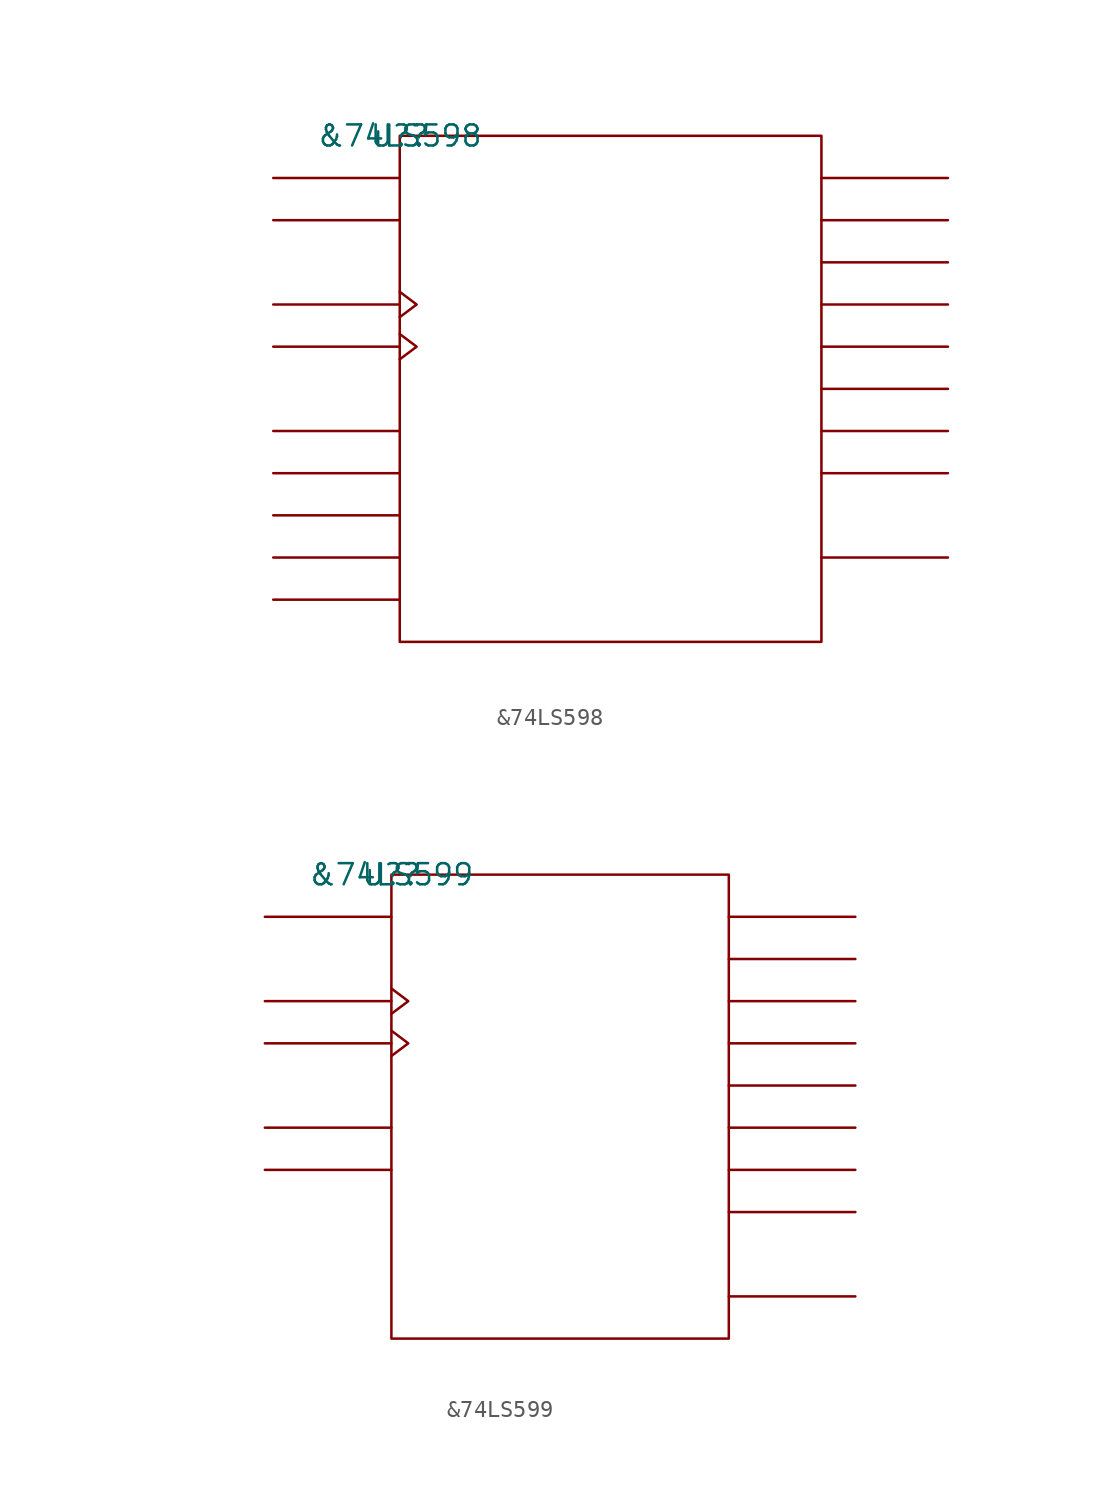
<source format=kicad_sym>
(kicad_symbol_lib
  (version 20211014)
  (generator kicad_symbol_editor)
  (symbol "&74LS598"
    (pin_names
      (offset 0.762))
    (property "Reference" "U?"
      (at 0 0 0)
      (effects (font (size 1.27 1.27))))
    (property "Value" "&74LS598"
      (at 0 0 0)
      (effects (font (size 1.27 1.27))))
    (symbol "&74LS598_0_1"
      (rectangle (start 0 -30.48) (end 25.4 0) (stroke (width 0) (type default) (color 0 0 0 0)) (fill (type none)))
      (polyline (pts (xy 0 -27.94) (xy -7.62 -27.94)) (stroke (width 0) (type default) (color 0 0 0 0)) (fill (type none)))
      (polyline (pts (xy 0 -25.4) (xy -7.62 -25.4)) (stroke (width 0) (type default) (color 0 0 0 0)) (fill (type none)))
      (polyline (pts (xy 0 -22.86) (xy -7.62 -22.86)) (stroke (width 0) (type default) (color 0 0 0 0)) (fill (type none)))
      (polyline (pts (xy 0 -20.32) (xy -7.62 -20.32)) (stroke (width 0) (type default) (color 0 0 0 0)) (fill (type none)))
      (polyline (pts (xy 0 -17.78) (xy -7.62 -17.78)) (stroke (width 0) (type default) (color 0 0 0 0)) (fill (type none)))
      (polyline (pts (xy 0 -12.7) (xy -7.62 -12.7)) (stroke (width 0) (type default) (color 0 0 0 0)) (fill (type none)))
      (polyline (pts (xy 0 -10.16) (xy -7.62 -10.16)) (stroke (width 0) (type default) (color 0 0 0 0)) (fill (type none)))
      (polyline (pts (xy 0 -5.08) (xy -7.62 -5.08)) (stroke (width 0) (type default) (color 0 0 0 0)) (fill (type none)))
      (polyline (pts (xy 0 -2.54) (xy -7.62 -2.54)) (stroke (width 0) (type default) (color 0 0 0 0)) (fill (type none)))
      (polyline (pts (xy 25.4 -25.4) (xy 33.02 -25.4)) (stroke (width 0) (type default) (color 0 0 0 0)) (fill (type none)))
      (polyline (pts (xy 25.4 -20.32) (xy 33.02 -20.32)) (stroke (width 0) (type default) (color 0 0 0 0)) (fill (type none)))
      (polyline (pts (xy 25.4 -17.78) (xy 33.02 -17.78)) (stroke (width 0) (type default) (color 0 0 0 0)) (fill (type none)))
      (polyline (pts (xy 25.4 -15.24) (xy 33.02 -15.24)) (stroke (width 0) (type default) (color 0 0 0 0)) (fill (type none)))
      (polyline (pts (xy 25.4 -12.7) (xy 33.02 -12.7)) (stroke (width 0) (type default) (color 0 0 0 0)) (fill (type none)))
      (polyline (pts (xy 25.4 -10.16) (xy 33.02 -10.16)) (stroke (width 0) (type default) (color 0 0 0 0)) (fill (type none)))
      (polyline (pts (xy 25.4 -7.62) (xy 33.02 -7.62)) (stroke (width 0) (type default) (color 0 0 0 0)) (fill (type none)))
      (polyline (pts (xy 25.4 -5.08) (xy 33.02 -5.08)) (stroke (width 0) (type default) (color 0 0 0 0)) (fill (type none)))
      (polyline (pts (xy 25.4 -2.54) (xy 33.02 -2.54)) (stroke (width 0) (type default) (color 0 0 0 0)) (fill (type none)))
      (polyline (pts (xy 0 -11.938) (xy 1.016 -12.7) (xy 0 -13.462)) (stroke (width 0) (type default) (color 0 0 0 0)) (fill (type none)))
      (polyline (pts (xy 0 -9.398) (xy 1.016 -10.16) (xy 0 -10.922)) (stroke (width 0) (type default) (color 0 0 0 0)) (fill (type none))))
    (symbol "&74LS598_1_1"
      (pin unspecified line (at 33.02 -2.54 180) (length 7.62) hide (name "A/QA" (effects (font (size 1.245 1.245)))) (number "1" (effects (font (size 1.245 1.245)))))
      (pin power_in line (at 15.24 -30.48 180) (length 7.62) hide (name "GND" (effects (font (size 1.245 1.245)))) (number "10" (effects (font (size 1.245 1.245)))))
      (pin unspecified line (at 33.02 -25.4 180) (length 7.62) hide (name "QH'" (effects (font (size 1.245 1.245)))) (number "11" (effects (font (size 1.245 1.245)))))
      (pin unspecified line (at -7.62 -25.4 0) (length 7.62) hide (name "S\\R\\C\\L\\R\\" (effects (font (size 1.245 1.245)))) (number "12" (effects (font (size 1.245 1.245)))))
      (pin unspecified line (at -7.62 -12.7 180) (length 7.62) hide (name "SRCLK" (effects (font (size 1.245 1.245)))) (number "13" (effects (font (size 1.245 1.245)))))
      (pin unspecified line (at -7.62 -22.86 0) (length 7.62) hide (name "S\\C\\K\\E\\N\\" (effects (font (size 1.245 1.245)))) (number "14" (effects (font (size 1.245 1.245)))))
      (pin unspecified line (at -7.62 -10.16 180) (length 7.62) hide (name "RCLK" (effects (font (size 1.245 1.245)))) (number "15" (effects (font (size 1.245 1.245)))))
      (pin unspecified line (at -7.62 -20.32 0) (length 7.62) hide (name "G\\" (effects (font (size 1.245 1.245)))) (number "16" (effects (font (size 1.245 1.245)))))
      (pin unspecified line (at -7.62 -5.08 0) (length 7.62) hide (name "SER1" (effects (font (size 1.245 1.245)))) (number "17" (effects (font (size 1.245 1.245)))))
      (pin unspecified line (at -7.62 -2.54 0) (length 7.62) hide (name "SER0" (effects (font (size 1.245 1.245)))) (number "18" (effects (font (size 1.245 1.245)))))
      (pin unspecified line (at -7.62 -17.78 0) (length 7.62) hide (name "DS" (effects (font (size 1.245 1.245)))) (number "19" (effects (font (size 1.245 1.245)))))
      (pin unspecified line (at 33.02 -5.08 180) (length 7.62) hide (name "B/QB" (effects (font (size 1.245 1.245)))) (number "2" (effects (font (size 1.245 1.245)))))
      (pin power_in line (at 10.16 0 180) (length 7.62) hide (name "VCC" (effects (font (size 1.245 1.245)))) (number "20" (effects (font (size 1.245 1.245)))))
      (pin unspecified line (at 33.02 -7.62 180) (length 7.62) hide (name "C/QC" (effects (font (size 1.245 1.245)))) (number "3" (effects (font (size 1.245 1.245)))))
      (pin unspecified line (at 33.02 -10.16 180) (length 7.62) hide (name "D/QD" (effects (font (size 1.245 1.245)))) (number "4" (effects (font (size 1.245 1.245)))))
      (pin unspecified line (at 33.02 -12.7 180) (length 7.62) hide (name "E/QE" (effects (font (size 1.245 1.245)))) (number "5" (effects (font (size 1.245 1.245)))))
      (pin unspecified line (at 33.02 -15.24 180) (length 7.62) hide (name "F/QF" (effects (font (size 1.245 1.245)))) (number "6" (effects (font (size 1.245 1.245)))))
      (pin unspecified line (at 33.02 -17.78 180) (length 7.62) hide (name "G/QG" (effects (font (size 1.245 1.245)))) (number "7" (effects (font (size 1.245 1.245)))))
      (pin unspecified line (at 33.02 -20.32 180) (length 7.62) hide (name "H/QH" (effects (font (size 1.245 1.245)))) (number "8" (effects (font (size 1.245 1.245)))))
      (pin unspecified line (at -7.62 -27.94 0) (length 7.62) hide (name "S\\R\\L\\O\\A\\D\\" (effects (font (size 1.245 1.245)))) (number "9" (effects (font (size 1.245 1.245)))))))
  (symbol "&74LS599"
    (pin_names
      (offset 0.762))
    (property "Reference" "U?"
      (at 0 0 0)
      (effects (font (size 1.27 1.27))))
    (property "Value" "&74LS599"
      (at 0 0 0)
      (effects (font (size 1.27 1.27))))
    (symbol "&74LS599_0_1"
      (rectangle (start 0 -27.94) (end 20.32 0) (stroke (width 0) (type default) (color 0 0 0 0)) (fill (type none)))
      (polyline (pts (xy 0 -17.78) (xy -7.62 -17.78)) (stroke (width 0) (type default) (color 0 0 0 0)) (fill (type none)))
      (polyline (pts (xy 0 -15.24) (xy -7.62 -15.24)) (stroke (width 0) (type default) (color 0 0 0 0)) (fill (type none)))
      (polyline (pts (xy 0 -10.16) (xy -7.62 -10.16)) (stroke (width 0) (type default) (color 0 0 0 0)) (fill (type none)))
      (polyline (pts (xy 0 -7.62) (xy -7.62 -7.62)) (stroke (width 0) (type default) (color 0 0 0 0)) (fill (type none)))
      (polyline (pts (xy 0 -2.54) (xy -7.62 -2.54)) (stroke (width 0) (type default) (color 0 0 0 0)) (fill (type none)))
      (polyline (pts (xy 20.32 -25.4) (xy 27.94 -25.4)) (stroke (width 0) (type default) (color 0 0 0 0)) (fill (type none)))
      (polyline (pts (xy 20.32 -20.32) (xy 27.94 -20.32)) (stroke (width 0) (type default) (color 0 0 0 0)) (fill (type none)))
      (polyline (pts (xy 20.32 -17.78) (xy 27.94 -17.78)) (stroke (width 0) (type default) (color 0 0 0 0)) (fill (type none)))
      (polyline (pts (xy 20.32 -15.24) (xy 27.94 -15.24)) (stroke (width 0) (type default) (color 0 0 0 0)) (fill (type none)))
      (polyline (pts (xy 20.32 -12.7) (xy 27.94 -12.7)) (stroke (width 0) (type default) (color 0 0 0 0)) (fill (type none)))
      (polyline (pts (xy 20.32 -10.16) (xy 27.94 -10.16)) (stroke (width 0) (type default) (color 0 0 0 0)) (fill (type none)))
      (polyline (pts (xy 20.32 -7.62) (xy 27.94 -7.62)) (stroke (width 0) (type default) (color 0 0 0 0)) (fill (type none)))
      (polyline (pts (xy 20.32 -5.08) (xy 27.94 -5.08)) (stroke (width 0) (type default) (color 0 0 0 0)) (fill (type none)))
      (polyline (pts (xy 20.32 -2.54) (xy 27.94 -2.54)) (stroke (width 0) (type default) (color 0 0 0 0)) (fill (type none)))
      (polyline (pts (xy 0 -9.398) (xy 1.016 -10.16) (xy 0 -10.922)) (stroke (width 0) (type default) (color 0 0 0 0)) (fill (type none)))
      (polyline (pts (xy 0 -6.858) (xy 1.016 -7.62) (xy 0 -8.382)) (stroke (width 0) (type default) (color 0 0 0 0)) (fill (type none))))
    (symbol "&74LS599_1_1"
      (pin unspecified line (at 27.94 -5.08 180) (length 7.62) hide (name "QB" (effects (font (size 1.245 1.245)))) (number "1" (effects (font (size 1.245 1.245)))))
      (pin unspecified line (at -7.62 -17.78 0) (length 7.62) hide (name "S\\R\\C\\L\\R\\" (effects (font (size 1.245 1.245)))) (number "10" (effects (font (size 1.245 1.245)))))
      (pin unspecified line (at -7.62 -10.16 180) (length 7.62) hide (name "SRCLK" (effects (font (size 1.245 1.245)))) (number "11" (effects (font (size 1.245 1.245)))))
      (pin unspecified line (at -7.62 -7.62 180) (length 7.62) hide (name "RCLK" (effects (font (size 1.245 1.245)))) (number "12" (effects (font (size 1.245 1.245)))))
      (pin unspecified line (at -7.62 -15.24 0) (length 7.62) hide (name "R\\C\\L\\R\\" (effects (font (size 1.245 1.245)))) (number "13" (effects (font (size 1.245 1.245)))))
      (pin unspecified line (at -7.62 -2.54 0) (length 7.62) hide (name "SER" (effects (font (size 1.245 1.245)))) (number "14" (effects (font (size 1.245 1.245)))))
      (pin unspecified line (at 27.94 -2.54 180) (length 7.62) hide (name "QA" (effects (font (size 1.245 1.245)))) (number "15" (effects (font (size 1.245 1.245)))))
      (pin power_in line (at 10.16 0 180) (length 7.62) hide (name "VCC" (effects (font (size 1.245 1.245)))) (number "16" (effects (font (size 1.245 1.245)))))
      (pin unspecified line (at 27.94 -7.62 180) (length 7.62) hide (name "QC" (effects (font (size 1.245 1.245)))) (number "2" (effects (font (size 1.245 1.245)))))
      (pin unspecified line (at 27.94 -10.16 180) (length 7.62) hide (name "QD" (effects (font (size 1.245 1.245)))) (number "3" (effects (font (size 1.245 1.245)))))
      (pin unspecified line (at 27.94 -12.7 180) (length 7.62) hide (name "QE" (effects (font (size 1.245 1.245)))) (number "4" (effects (font (size 1.245 1.245)))))
      (pin unspecified line (at 27.94 -15.24 180) (length 7.62) hide (name "QF" (effects (font (size 1.245 1.245)))) (number "5" (effects (font (size 1.245 1.245)))))
      (pin unspecified line (at 27.94 -17.78 180) (length 7.62) hide (name "QG" (effects (font (size 1.245 1.245)))) (number "6" (effects (font (size 1.245 1.245)))))
      (pin unspecified line (at 27.94 -20.32 180) (length 7.62) hide (name "QH" (effects (font (size 1.245 1.245)))) (number "7" (effects (font (size 1.245 1.245)))))
      (pin power_in line (at 2.54 -27.94 180) (length 7.62) hide (name "GND" (effects (font (size 1.245 1.245)))) (number "8" (effects (font (size 1.245 1.245)))))
      (pin unspecified line (at 27.94 -25.4 180) (length 7.62) hide (name "QH'" (effects (font (size 1.245 1.245)))) (number "9" (effects (font (size 1.245 1.245))))))))
</source>
